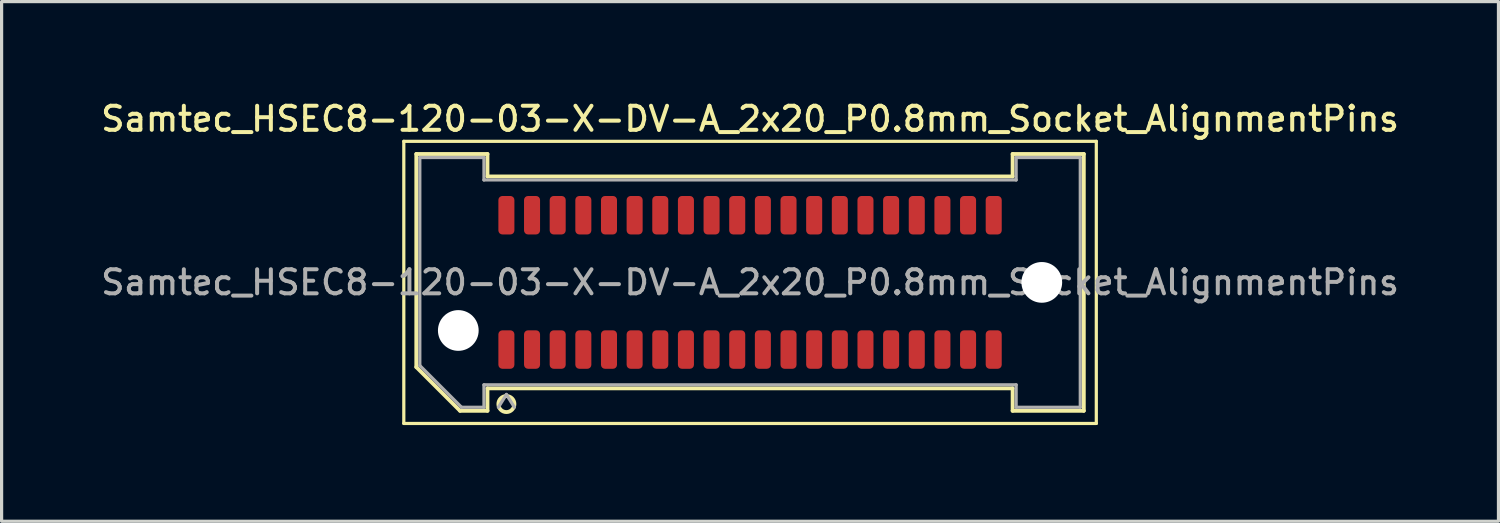
<source format=kicad_pcb>
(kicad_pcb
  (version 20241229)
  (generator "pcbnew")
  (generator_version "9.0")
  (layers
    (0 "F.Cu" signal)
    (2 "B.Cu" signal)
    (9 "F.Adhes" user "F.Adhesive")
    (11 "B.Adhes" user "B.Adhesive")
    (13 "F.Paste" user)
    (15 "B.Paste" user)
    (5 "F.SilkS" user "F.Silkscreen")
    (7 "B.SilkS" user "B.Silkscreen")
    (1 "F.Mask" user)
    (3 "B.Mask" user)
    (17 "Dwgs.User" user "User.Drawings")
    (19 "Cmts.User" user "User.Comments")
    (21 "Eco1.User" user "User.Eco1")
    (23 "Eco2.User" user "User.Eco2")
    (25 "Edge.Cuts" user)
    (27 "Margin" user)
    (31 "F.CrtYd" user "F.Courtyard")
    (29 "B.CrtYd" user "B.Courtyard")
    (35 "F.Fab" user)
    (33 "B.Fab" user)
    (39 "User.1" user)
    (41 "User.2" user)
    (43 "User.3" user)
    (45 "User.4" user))
  (footprint "Samtec_HSEC8-120-03-X-DV-A_2x20_P0.8mm_Socket_AlignmentPins"
    (layer "F.Cu")
    (at 20.345 5.758)
    (property "Reference" "Samtec_HSEC8-120-03-X-DV-A_2x20_P0.8mm_Socket_AlignmentPins" (at 0 -5.1 0) (layer "F.SilkS") (effects (font (size 0.75 0.75) (thickness 0.125))))
    (attr smd)
    (fp_line (start -10.8 -4.4) (end -10.8 4.4) (stroke (width 0.1) (type solid)) (layer "F.SilkS"))
    (fp_line (start -10.8 4.4) (end 10.8 4.4) (stroke (width 0.1) (type solid)) (layer "F.SilkS"))
    (fp_line (start -10.41 -4.005) (end -8.19 -4.005) (stroke (width 0.12) (type solid)) (layer "F.SilkS"))
    (fp_line (start -10.41 2.641) (end -10.41 -4.005) (stroke (width 0.12) (type solid)) (layer "F.SilkS"))
    (fp_line (start -9.046 4.005) (end -10.41 2.641) (stroke (width 0.12) (type solid)) (layer "F.SilkS"))
    (fp_line (start -8.19 -4.005) (end -8.19 -3.305) (stroke (width 0.12) (type solid)) (layer "F.SilkS"))
    (fp_line (start -8.19 -3.305) (end 8.19 -3.305) (stroke (width 0.12) (type solid)) (layer "F.SilkS"))
    (fp_line (start -8.19 3.305) (end -8.19 4.005) (stroke (width 0.12) (type solid)) (layer "F.SilkS"))
    (fp_line (start -8.19 4.005) (end -9.046 4.005) (stroke (width 0.12) (type solid)) (layer "F.SilkS"))
    (fp_line (start 8.19 -4.005) (end 10.41 -4.005) (stroke (width 0.12) (type solid)) (layer "F.SilkS"))
    (fp_line (start 8.19 -3.305) (end 8.19 -4.005) (stroke (width 0.12) (type solid)) (layer "F.SilkS"))
    (fp_line (start 8.19 3.305) (end -8.19 3.305) (stroke (width 0.12) (type solid)) (layer "F.SilkS"))
    (fp_line (start 8.19 4.005) (end 8.19 3.305) (stroke (width 0.12) (type solid)) (layer "F.SilkS"))
    (fp_line (start 10.41 -4.005) (end 10.41 4.005) (stroke (width 0.12) (type solid)) (layer "F.SilkS"))
    (fp_line (start 10.41 4.005) (end 8.19 4.005) (stroke (width 0.12) (type solid)) (layer "F.SilkS"))
    (fp_line (start 10.8 -4.4) (end -10.8 -4.4) (stroke (width 0.1) (type solid)) (layer "F.SilkS"))
    (fp_line (start 10.8 4.4) (end 10.8 -4.4) (stroke (width 0.1) (type solid)) (layer "F.SilkS"))
    (fp_arc (start -7.35 3.795) (mid -7.85 3.795) (end -7.35 3.795) (stroke (width 0.12) (type solid)) (layer "F.SilkS"))
    (fp_line (start -10.3 -3.895) (end -8.3 -3.895) (stroke (width 0.1) (type solid)) (layer "F.Fab"))
    (fp_line (start -10.3 2.595) (end -10.3 -3.895) (stroke (width 0.1) (type solid)) (layer "F.Fab"))
    (fp_line (start -9 3.895) (end -10.3 2.595) (stroke (width 0.1) (type solid)) (layer "F.Fab"))
    (fp_line (start -8.3 -3.895) (end -8.3 -3.195) (stroke (width 0.1) (type solid)) (layer "F.Fab"))
    (fp_line (start -8.3 -3.195) (end 8.3 -3.195) (stroke (width 0.1) (type solid)) (layer "F.Fab"))
    (fp_line (start -8.3 3.195) (end -8.3 3.895) (stroke (width 0.1) (type solid)) (layer "F.Fab"))
    (fp_line (start -8.3 3.895) (end -9 3.895) (stroke (width 0.1) (type solid)) (layer "F.Fab"))
    (fp_line (start -7.6 3.495) (end -7.85 3.895) (stroke (width 0.1) (type solid)) (layer "F.Fab"))
    (fp_line (start -7.6 3.495) (end -7.35 3.895) (stroke (width 0.1) (type solid)) (layer "F.Fab"))
    (fp_line (start 8.3 -3.895) (end 10.3 -3.895) (stroke (width 0.1) (type solid)) (layer "F.Fab"))
    (fp_line (start 8.3 -3.195) (end 8.3 -3.895) (stroke (width 0.1) (type solid)) (layer "F.Fab"))
    (fp_line (start 8.3 3.195) (end -8.3 3.195) (stroke (width 0.1) (type solid)) (layer "F.Fab"))
    (fp_line (start 8.3 3.895) (end 8.3 3.195) (stroke (width 0.1) (type solid)) (layer "F.Fab"))
    (fp_line (start 10.3 -3.895) (end 10.3 3.895) (stroke (width 0.1) (type solid)) (layer "F.Fab"))
    (fp_line (start 10.3 3.895) (end 8.3 3.895) (stroke (width 0.1) (type solid)) (layer "F.Fab"))
    (fp_text user "${REFERENCE}" (at 0 0 0) (layer "F.Fab") (effects (font (size 0.75 0.75) (thickness 0.125))))
    (pad "" np_thru_hole circle (at -9.1 1.5) (size 1.27 1.27) (drill 1.27) (layers "*.Cu" "*.Mask"))
    (pad "" np_thru_hole circle (at 9.1 0) (size 1.27 1.27) (drill 1.27) (layers "*.Cu" "*.Mask"))
    (pad "1" smd roundrect (at -7.6 2.095) (size 0.5 1.2) (layers "F.Cu" "F.Mask" "F.Paste") (roundrect_rratio 0.25))
    (pad "2" smd roundrect (at -7.6 -2.095) (size 0.5 1.2) (layers "F.Cu" "F.Mask" "F.Paste") (roundrect_rratio 0.25))
    (pad "3" smd roundrect (at -6.8 2.095) (size 0.5 1.2) (layers "F.Cu" "F.Mask" "F.Paste") (roundrect_rratio 0.25))
    (pad "4" smd roundrect (at -6.8 -2.095) (size 0.5 1.2) (layers "F.Cu" "F.Mask" "F.Paste") (roundrect_rratio 0.25))
    (pad "5" smd roundrect (at -6 2.095) (size 0.5 1.2) (layers "F.Cu" "F.Mask" "F.Paste") (roundrect_rratio 0.25))
    (pad "6" smd roundrect (at -6 -2.095) (size 0.5 1.2) (layers "F.Cu" "F.Mask" "F.Paste") (roundrect_rratio 0.25))
    (pad "7" smd roundrect (at -5.2 2.095) (size 0.5 1.2) (layers "F.Cu" "F.Mask" "F.Paste") (roundrect_rratio 0.25))
    (pad "8" smd roundrect (at -5.2 -2.095) (size 0.5 1.2) (layers "F.Cu" "F.Mask" "F.Paste") (roundrect_rratio 0.25))
    (pad "9" smd roundrect (at -4.4 2.095) (size 0.5 1.2) (layers "F.Cu" "F.Mask" "F.Paste") (roundrect_rratio 0.25))
    (pad "10" smd roundrect (at -4.4 -2.095) (size 0.5 1.2) (layers "F.Cu" "F.Mask" "F.Paste") (roundrect_rratio 0.25))
    (pad "11" smd roundrect (at -3.6 2.095) (size 0.5 1.2) (layers "F.Cu" "F.Mask" "F.Paste") (roundrect_rratio 0.25))
    (pad "12" smd roundrect (at -3.6 -2.095) (size 0.5 1.2) (layers "F.Cu" "F.Mask" "F.Paste") (roundrect_rratio 0.25))
    (pad "13" smd roundrect (at -2.8 2.095) (size 0.5 1.2) (layers "F.Cu" "F.Mask" "F.Paste") (roundrect_rratio 0.25))
    (pad "14" smd roundrect (at -2.8 -2.095) (size 0.5 1.2) (layers "F.Cu" "F.Mask" "F.Paste") (roundrect_rratio 0.25))
    (pad "15" smd roundrect (at -2 2.095) (size 0.5 1.2) (layers "F.Cu" "F.Mask" "F.Paste") (roundrect_rratio 0.25))
    (pad "16" smd roundrect (at -2 -2.095) (size 0.5 1.2) (layers "F.Cu" "F.Mask" "F.Paste") (roundrect_rratio 0.25))
    (pad "17" smd roundrect (at -1.2 2.095) (size 0.5 1.2) (layers "F.Cu" "F.Mask" "F.Paste") (roundrect_rratio 0.25))
    (pad "18" smd roundrect (at -1.2 -2.095) (size 0.5 1.2) (layers "F.Cu" "F.Mask" "F.Paste") (roundrect_rratio 0.25))
    (pad "19" smd roundrect (at -0.4 2.095) (size 0.5 1.2) (layers "F.Cu" "F.Mask" "F.Paste") (roundrect_rratio 0.25))
    (pad "20" smd roundrect (at -0.4 -2.095) (size 0.5 1.2) (layers "F.Cu" "F.Mask" "F.Paste") (roundrect_rratio 0.25))
    (pad "21" smd roundrect (at 0.4 2.095) (size 0.5 1.2) (layers "F.Cu" "F.Mask" "F.Paste") (roundrect_rratio 0.25))
    (pad "22" smd roundrect (at 0.4 -2.095) (size 0.5 1.2) (layers "F.Cu" "F.Mask" "F.Paste") (roundrect_rratio 0.25))
    (pad "23" smd roundrect (at 1.2 2.095) (size 0.5 1.2) (layers "F.Cu" "F.Mask" "F.Paste") (roundrect_rratio 0.25))
    (pad "24" smd roundrect (at 1.2 -2.095) (size 0.5 1.2) (layers "F.Cu" "F.Mask" "F.Paste") (roundrect_rratio 0.25))
    (pad "25" smd roundrect (at 2 2.095) (size 0.5 1.2) (layers "F.Cu" "F.Mask" "F.Paste") (roundrect_rratio 0.25))
    (pad "26" smd roundrect (at 2 -2.095) (size 0.5 1.2) (layers "F.Cu" "F.Mask" "F.Paste") (roundrect_rratio 0.25))
    (pad "27" smd roundrect (at 2.8 2.095) (size 0.5 1.2) (layers "F.Cu" "F.Mask" "F.Paste") (roundrect_rratio 0.25))
    (pad "28" smd roundrect (at 2.8 -2.095) (size 0.5 1.2) (layers "F.Cu" "F.Mask" "F.Paste") (roundrect_rratio 0.25))
    (pad "29" smd roundrect (at 3.6 2.095) (size 0.5 1.2) (layers "F.Cu" "F.Mask" "F.Paste") (roundrect_rratio 0.25))
    (pad "30" smd roundrect (at 3.6 -2.095) (size 0.5 1.2) (layers "F.Cu" "F.Mask" "F.Paste") (roundrect_rratio 0.25))
    (pad "31" smd roundrect (at 4.4 2.095) (size 0.5 1.2) (layers "F.Cu" "F.Mask" "F.Paste") (roundrect_rratio 0.25))
    (pad "32" smd roundrect (at 4.4 -2.095) (size 0.5 1.2) (layers "F.Cu" "F.Mask" "F.Paste") (roundrect_rratio 0.25))
    (pad "33" smd roundrect (at 5.2 2.095) (size 0.5 1.2) (layers "F.Cu" "F.Mask" "F.Paste") (roundrect_rratio 0.25))
    (pad "34" smd roundrect (at 5.2 -2.095) (size 0.5 1.2) (layers "F.Cu" "F.Mask" "F.Paste") (roundrect_rratio 0.25))
    (pad "35" smd roundrect (at 6 2.095) (size 0.5 1.2) (layers "F.Cu" "F.Mask" "F.Paste") (roundrect_rratio 0.25))
    (pad "36" smd roundrect (at 6 -2.095) (size 0.5 1.2) (layers "F.Cu" "F.Mask" "F.Paste") (roundrect_rratio 0.25))
    (pad "37" smd roundrect (at 6.8 2.095) (size 0.5 1.2) (layers "F.Cu" "F.Mask" "F.Paste") (roundrect_rratio 0.25))
    (pad "38" smd roundrect (at 6.8 -2.095) (size 0.5 1.2) (layers "F.Cu" "F.Mask" "F.Paste") (roundrect_rratio 0.25))
    (pad "39" smd roundrect (at 7.6 2.095) (size 0.5 1.2) (layers "F.Cu" "F.Mask" "F.Paste") (roundrect_rratio 0.25))
    (pad "40" smd roundrect (at 7.6 -2.095) (size 0.5 1.2) (layers "F.Cu" "F.Mask" "F.Paste") (roundrect_rratio 0.25)))
  (gr_rect
    (start -3 -3)
    (end 43.689 13.208)
    (stroke (width 0.1) (type default))
    (fill no)
    (layer "Edge.Cuts")))
</source>
